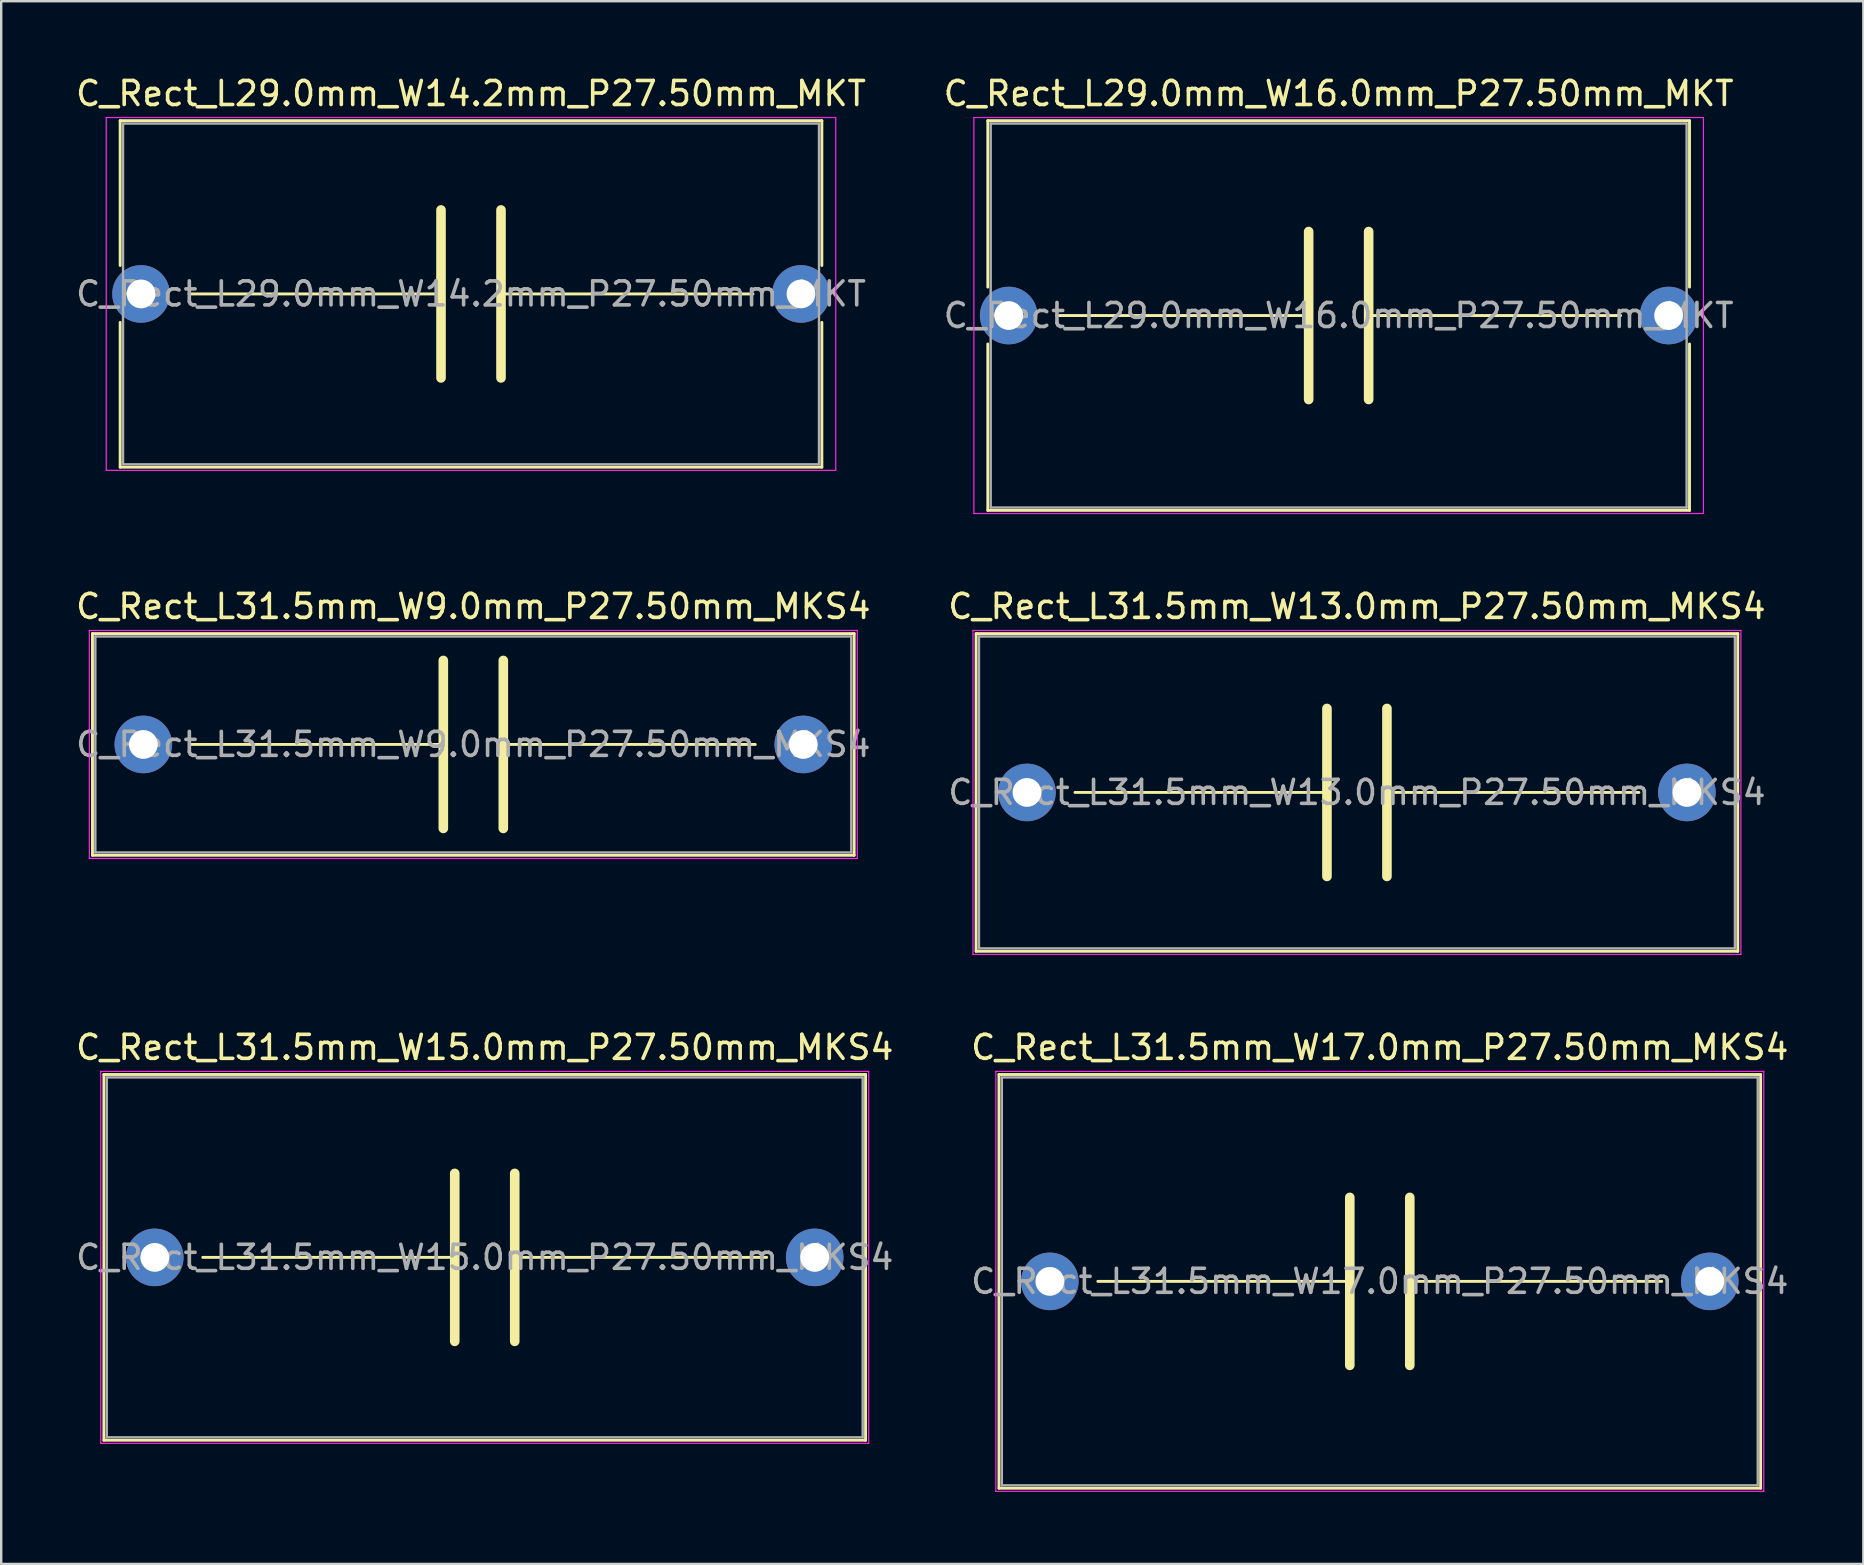
<source format=kicad_pcb>
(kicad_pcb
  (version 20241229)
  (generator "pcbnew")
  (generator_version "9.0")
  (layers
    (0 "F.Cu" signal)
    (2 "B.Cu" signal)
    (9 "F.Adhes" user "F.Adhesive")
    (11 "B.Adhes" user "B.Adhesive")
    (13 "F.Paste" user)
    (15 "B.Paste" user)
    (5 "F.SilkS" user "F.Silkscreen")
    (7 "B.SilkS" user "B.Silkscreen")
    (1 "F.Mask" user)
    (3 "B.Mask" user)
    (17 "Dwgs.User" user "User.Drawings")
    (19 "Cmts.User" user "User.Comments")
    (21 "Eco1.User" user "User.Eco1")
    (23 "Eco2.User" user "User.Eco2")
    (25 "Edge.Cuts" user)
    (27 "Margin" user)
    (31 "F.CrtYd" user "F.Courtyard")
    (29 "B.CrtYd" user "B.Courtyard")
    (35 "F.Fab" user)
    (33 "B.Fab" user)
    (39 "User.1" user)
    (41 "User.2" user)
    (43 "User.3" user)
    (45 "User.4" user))
  (footprint "C_Rect_L31.5mm_W17.0mm_P27.50mm_MKS4"
    (layer "F.Cu")
    (at 40.696 50.345)
    (property "Reference" "C_Rect_L31.5mm_W17.0mm_P27.50mm_MKS4" (at 13.75 -9.75 0) (layer "F.SilkS") (effects (font (size 1 1) (thickness 0.15))))
    (attr through_hole)
    (fp_line (start -2.12 -8.62) (end -2.12 8.62) (stroke (width 0.12) (type solid)) (layer "F.SilkS"))
    (fp_line (start -2.12 -8.62) (end 29.62 -8.62) (stroke (width 0.12) (type solid)) (layer "F.SilkS"))
    (fp_line (start -2.12 8.62) (end 29.62 8.62) (stroke (width 0.12) (type solid)) (layer "F.SilkS"))
    (fp_line (start 2 0) (end 12.5 0) (stroke (width 0.12) (type solid)) (layer "F.SilkS"))
    (fp_line (start 12.5 -3.5) (end 12.5 3.5) (stroke (width 0.4) (type solid)) (layer "F.SilkS"))
    (fp_line (start 15 -3.5) (end 15 3.5) (stroke (width 0.4) (type solid)) (layer "F.SilkS"))
    (fp_line (start 15 0) (end 25.5 0) (stroke (width 0.12) (type solid)) (layer "F.SilkS"))
    (fp_line (start 29.62 -8.62) (end 29.62 8.62) (stroke (width 0.12) (type solid)) (layer "F.SilkS"))
    (fp_line (start -2.25 -8.75) (end -2.25 8.75) (stroke (width 0.05) (type solid)) (layer "F.CrtYd"))
    (fp_line (start -2.25 8.75) (end 29.75 8.75) (stroke (width 0.05) (type solid)) (layer "F.CrtYd"))
    (fp_line (start 29.75 -8.75) (end -2.25 -8.75) (stroke (width 0.05) (type solid)) (layer "F.CrtYd"))
    (fp_line (start 29.75 8.75) (end 29.75 -8.75) (stroke (width 0.05) (type solid)) (layer "F.CrtYd"))
    (fp_line (start -2 -8.5) (end -2 8.5) (stroke (width 0.1) (type solid)) (layer "F.Fab"))
    (fp_line (start -2 8.5) (end 29.5 8.5) (stroke (width 0.1) (type solid)) (layer "F.Fab"))
    (fp_line (start 29.5 -8.5) (end -2 -8.5) (stroke (width 0.1) (type solid)) (layer "F.Fab"))
    (fp_line (start 29.5 8.5) (end 29.5 -8.5) (stroke (width 0.1) (type solid)) (layer "F.Fab"))
    (fp_text user "${REFERENCE}" (at 13.75 0 0) (layer "F.Fab") (effects (font (size 1 1) (thickness 0.15))))
    (pad "1" thru_hole circle (at 0 0) (size 2.4 2.4) (drill 1.2) (layers "*.Cu" "*.Mask"))
    (pad "2" thru_hole circle (at 27.5 0) (size 2.4 2.4) (drill 1.2) (layers "*.Cu" "*.Mask")))
  (footprint "C_Rect_L31.5mm_W13.0mm_P27.50mm_MKS4"
    (layer "F.Cu")
    (at 39.744 29.971)
    (property "Reference" "C_Rect_L31.5mm_W13.0mm_P27.50mm_MKS4" (at 13.75 -7.75 0) (layer "F.SilkS") (effects (font (size 1 1) (thickness 0.15))))
    (attr through_hole)
    (fp_line (start -2.12 -6.62) (end -2.12 6.62) (stroke (width 0.12) (type solid)) (layer "F.SilkS"))
    (fp_line (start -2.12 -6.62) (end 29.62 -6.62) (stroke (width 0.12) (type solid)) (layer "F.SilkS"))
    (fp_line (start -2.12 6.62) (end 29.62 6.62) (stroke (width 0.12) (type solid)) (layer "F.SilkS"))
    (fp_line (start 2 0) (end 12.5 0) (stroke (width 0.12) (type solid)) (layer "F.SilkS"))
    (fp_line (start 12.5 -3.5) (end 12.5 3.5) (stroke (width 0.4) (type solid)) (layer "F.SilkS"))
    (fp_line (start 15 -3.5) (end 15 3.5) (stroke (width 0.4) (type solid)) (layer "F.SilkS"))
    (fp_line (start 15 0) (end 25.5 0) (stroke (width 0.12) (type solid)) (layer "F.SilkS"))
    (fp_line (start 29.62 -6.62) (end 29.62 6.62) (stroke (width 0.12) (type solid)) (layer "F.SilkS"))
    (fp_line (start -2.25 -6.75) (end -2.25 6.75) (stroke (width 0.05) (type solid)) (layer "F.CrtYd"))
    (fp_line (start -2.25 6.75) (end 29.75 6.75) (stroke (width 0.05) (type solid)) (layer "F.CrtYd"))
    (fp_line (start 29.75 -6.75) (end -2.25 -6.75) (stroke (width 0.05) (type solid)) (layer "F.CrtYd"))
    (fp_line (start 29.75 6.75) (end 29.75 -6.75) (stroke (width 0.05) (type solid)) (layer "F.CrtYd"))
    (fp_line (start -2 -6.5) (end -2 6.5) (stroke (width 0.1) (type solid)) (layer "F.Fab"))
    (fp_line (start -2 6.5) (end 29.5 6.5) (stroke (width 0.1) (type solid)) (layer "F.Fab"))
    (fp_line (start 29.5 -6.5) (end -2 -6.5) (stroke (width 0.1) (type solid)) (layer "F.Fab"))
    (fp_line (start 29.5 6.5) (end 29.5 -6.5) (stroke (width 0.1) (type solid)) (layer "F.Fab"))
    (fp_text user "${REFERENCE}" (at 13.75 0 0) (layer "F.Fab") (effects (font (size 1 1) (thickness 0.15))))
    (pad "1" thru_hole circle (at 0 0) (size 2.4 2.4) (drill 1.2) (layers "*.Cu" "*.Mask"))
    (pad "2" thru_hole circle (at 27.5 0) (size 2.4 2.4) (drill 1.2) (layers "*.Cu" "*.Mask")))
  (footprint "C_Rect_L29.0mm_W16.0mm_P27.50mm_MKT"
    (layer "F.Cu")
    (at 38.982 10.098)
    (property "Reference" "C_Rect_L29.0mm_W16.0mm_P27.50mm_MKT" (at 13.75 -9.25 0) (layer "F.SilkS") (effects (font (size 1 1) (thickness 0.15))))
    (attr through_hole)
    (fp_line (start -0.87 -8.12) (end -0.87 -1.185) (stroke (width 0.12) (type solid)) (layer "F.SilkS"))
    (fp_line (start -0.87 -8.12) (end 28.37 -8.12) (stroke (width 0.12) (type solid)) (layer "F.SilkS"))
    (fp_line (start -0.87 1.185) (end -0.87 8.12) (stroke (width 0.12) (type solid)) (layer "F.SilkS"))
    (fp_line (start -0.87 8.12) (end 28.37 8.12) (stroke (width 0.12) (type solid)) (layer "F.SilkS"))
    (fp_line (start 2 0) (end 12.5 0) (stroke (width 0.12) (type solid)) (layer "F.SilkS"))
    (fp_line (start 12.5 -3.5) (end 12.5 3.5) (stroke (width 0.4) (type solid)) (layer "F.SilkS"))
    (fp_line (start 15 -3.5) (end 15 3.5) (stroke (width 0.4) (type solid)) (layer "F.SilkS"))
    (fp_line (start 15 0) (end 25.5 0) (stroke (width 0.12) (type solid)) (layer "F.SilkS"))
    (fp_line (start 28.37 -8.12) (end 28.37 -1.185) (stroke (width 0.12) (type solid)) (layer "F.SilkS"))
    (fp_line (start 28.37 1.185) (end 28.37 8.12) (stroke (width 0.12) (type solid)) (layer "F.SilkS"))
    (fp_line (start -1.45 -8.25) (end -1.45 8.25) (stroke (width 0.05) (type solid)) (layer "F.CrtYd"))
    (fp_line (start -1.45 8.25) (end 28.95 8.25) (stroke (width 0.05) (type solid)) (layer "F.CrtYd"))
    (fp_line (start 28.95 -8.25) (end -1.45 -8.25) (stroke (width 0.05) (type solid)) (layer "F.CrtYd"))
    (fp_line (start 28.95 8.25) (end 28.95 -8.25) (stroke (width 0.05) (type solid)) (layer "F.CrtYd"))
    (fp_line (start -0.75 -8) (end -0.75 8) (stroke (width 0.1) (type solid)) (layer "F.Fab"))
    (fp_line (start -0.75 8) (end 28.25 8) (stroke (width 0.1) (type solid)) (layer "F.Fab"))
    (fp_line (start 28.25 -8) (end -0.75 -8) (stroke (width 0.1) (type solid)) (layer "F.Fab"))
    (fp_line (start 28.25 8) (end 28.25 -8) (stroke (width 0.1) (type solid)) (layer "F.Fab"))
    (fp_text user "${REFERENCE}" (at 13.75 0 0) (layer "F.Fab") (effects (font (size 1 1) (thickness 0.15))))
    (pad "1" thru_hole circle (at 0 0) (size 2.4 2.4) (drill 1.2) (layers "*.Cu" "*.Mask"))
    (pad "2" thru_hole circle (at 27.5 0) (size 2.4 2.4) (drill 1.2) (layers "*.Cu" "*.Mask")))
  (footprint "C_Rect_L31.5mm_W15.0mm_P27.50mm_MKS4"
    (layer "F.Cu")
    (at 3.399 49.345)
    (property "Reference" "C_Rect_L31.5mm_W15.0mm_P27.50mm_MKS4" (at 13.75 -8.75 0) (layer "F.SilkS") (effects (font (size 1 1) (thickness 0.15))))
    (attr through_hole)
    (fp_line (start -2.12 -7.62) (end -2.12 7.62) (stroke (width 0.12) (type solid)) (layer "F.SilkS"))
    (fp_line (start -2.12 -7.62) (end 29.62 -7.62) (stroke (width 0.12) (type solid)) (layer "F.SilkS"))
    (fp_line (start -2.12 7.62) (end 29.62 7.62) (stroke (width 0.12) (type solid)) (layer "F.SilkS"))
    (fp_line (start 2 0) (end 12.5 0) (stroke (width 0.12) (type solid)) (layer "F.SilkS"))
    (fp_line (start 12.5 -3.5) (end 12.5 3.5) (stroke (width 0.4) (type solid)) (layer "F.SilkS"))
    (fp_line (start 15 -3.5) (end 15 3.5) (stroke (width 0.4) (type solid)) (layer "F.SilkS"))
    (fp_line (start 15 0) (end 25.5 0) (stroke (width 0.12) (type solid)) (layer "F.SilkS"))
    (fp_line (start 29.62 -7.62) (end 29.62 7.62) (stroke (width 0.12) (type solid)) (layer "F.SilkS"))
    (fp_line (start -2.25 -7.75) (end -2.25 7.75) (stroke (width 0.05) (type solid)) (layer "F.CrtYd"))
    (fp_line (start -2.25 7.75) (end 29.75 7.75) (stroke (width 0.05) (type solid)) (layer "F.CrtYd"))
    (fp_line (start 29.75 -7.75) (end -2.25 -7.75) (stroke (width 0.05) (type solid)) (layer "F.CrtYd"))
    (fp_line (start 29.75 7.75) (end 29.75 -7.75) (stroke (width 0.05) (type solid)) (layer "F.CrtYd"))
    (fp_line (start -2 -7.5) (end -2 7.5) (stroke (width 0.1) (type solid)) (layer "F.Fab"))
    (fp_line (start -2 7.5) (end 29.5 7.5) (stroke (width 0.1) (type solid)) (layer "F.Fab"))
    (fp_line (start 29.5 -7.5) (end -2 -7.5) (stroke (width 0.1) (type solid)) (layer "F.Fab"))
    (fp_line (start 29.5 7.5) (end 29.5 -7.5) (stroke (width 0.1) (type solid)) (layer "F.Fab"))
    (fp_text user "${REFERENCE}" (at 13.75 0 0) (layer "F.Fab") (effects (font (size 1 1) (thickness 0.15))))
    (pad "1" thru_hole circle (at 0 0) (size 2.4 2.4) (drill 1.2) (layers "*.Cu" "*.Mask"))
    (pad "2" thru_hole circle (at 27.5 0) (size 2.4 2.4) (drill 1.2) (layers "*.Cu" "*.Mask")))
  (footprint "C_Rect_L29.0mm_W14.2mm_P27.50mm_MKT"
    (layer "F.Cu")
    (at 2.827 9.198)
    (property "Reference" "C_Rect_L29.0mm_W14.2mm_P27.50mm_MKT" (at 13.75 -8.35 0) (layer "F.SilkS") (effects (font (size 1 1) (thickness 0.15))))
    (attr through_hole)
    (fp_line (start -0.87 -7.22) (end -0.87 -1.185) (stroke (width 0.12) (type solid)) (layer "F.SilkS"))
    (fp_line (start -0.87 -7.22) (end 28.37 -7.22) (stroke (width 0.12) (type solid)) (layer "F.SilkS"))
    (fp_line (start -0.87 1.185) (end -0.87 7.22) (stroke (width 0.12) (type solid)) (layer "F.SilkS"))
    (fp_line (start -0.87 7.22) (end 28.37 7.22) (stroke (width 0.12) (type solid)) (layer "F.SilkS"))
    (fp_line (start 2 0) (end 12.5 0) (stroke (width 0.12) (type solid)) (layer "F.SilkS"))
    (fp_line (start 12.5 -3.5) (end 12.5 3.5) (stroke (width 0.4) (type solid)) (layer "F.SilkS"))
    (fp_line (start 15 -3.5) (end 15 3.5) (stroke (width 0.4) (type solid)) (layer "F.SilkS"))
    (fp_line (start 15 0) (end 25.5 0) (stroke (width 0.12) (type solid)) (layer "F.SilkS"))
    (fp_line (start 28.37 -7.22) (end 28.37 -1.185) (stroke (width 0.12) (type solid)) (layer "F.SilkS"))
    (fp_line (start 28.37 1.185) (end 28.37 7.22) (stroke (width 0.12) (type solid)) (layer "F.SilkS"))
    (fp_line (start -1.45 -7.35) (end -1.45 7.35) (stroke (width 0.05) (type solid)) (layer "F.CrtYd"))
    (fp_line (start -1.45 7.35) (end 28.95 7.35) (stroke (width 0.05) (type solid)) (layer "F.CrtYd"))
    (fp_line (start 28.95 -7.35) (end -1.45 -7.35) (stroke (width 0.05) (type solid)) (layer "F.CrtYd"))
    (fp_line (start 28.95 7.35) (end 28.95 -7.35) (stroke (width 0.05) (type solid)) (layer "F.CrtYd"))
    (fp_line (start -0.75 -7.1) (end -0.75 7.1) (stroke (width 0.1) (type solid)) (layer "F.Fab"))
    (fp_line (start -0.75 7.1) (end 28.25 7.1) (stroke (width 0.1) (type solid)) (layer "F.Fab"))
    (fp_line (start 28.25 -7.1) (end -0.75 -7.1) (stroke (width 0.1) (type solid)) (layer "F.Fab"))
    (fp_line (start 28.25 7.1) (end 28.25 -7.1) (stroke (width 0.1) (type solid)) (layer "F.Fab"))
    (fp_text user "${REFERENCE}" (at 13.75 0 0) (layer "F.Fab") (effects (font (size 1 1) (thickness 0.15))))
    (pad "1" thru_hole circle (at 0 0) (size 2.4 2.4) (drill 1.2) (layers "*.Cu" "*.Mask"))
    (pad "2" thru_hole circle (at 27.5 0) (size 2.4 2.4) (drill 1.2) (layers "*.Cu" "*.Mask")))
  (footprint "C_Rect_L31.5mm_W9.0mm_P27.50mm_MKS4"
    (layer "F.Cu")
    (at 2.923 27.971)
    (property "Reference" "C_Rect_L31.5mm_W9.0mm_P27.50mm_MKS4" (at 13.75 -5.75 0) (layer "F.SilkS") (effects (font (size 1 1) (thickness 0.15))))
    (attr through_hole)
    (fp_line (start -2.12 -4.62) (end -2.12 4.62) (stroke (width 0.12) (type solid)) (layer "F.SilkS"))
    (fp_line (start -2.12 -4.62) (end 29.62 -4.62) (stroke (width 0.12) (type solid)) (layer "F.SilkS"))
    (fp_line (start -2.12 4.62) (end 29.62 4.62) (stroke (width 0.12) (type solid)) (layer "F.SilkS"))
    (fp_line (start 2 0) (end 12.5 0) (stroke (width 0.12) (type solid)) (layer "F.SilkS"))
    (fp_line (start 12.5 -3.5) (end 12.5 3.5) (stroke (width 0.4) (type solid)) (layer "F.SilkS"))
    (fp_line (start 15 -3.5) (end 15 3.5) (stroke (width 0.4) (type solid)) (layer "F.SilkS"))
    (fp_line (start 15 0) (end 25.5 0) (stroke (width 0.12) (type solid)) (layer "F.SilkS"))
    (fp_line (start 29.62 -4.62) (end 29.62 4.62) (stroke (width 0.12) (type solid)) (layer "F.SilkS"))
    (fp_line (start -2.25 -4.75) (end -2.25 4.75) (stroke (width 0.05) (type solid)) (layer "F.CrtYd"))
    (fp_line (start -2.25 4.75) (end 29.75 4.75) (stroke (width 0.05) (type solid)) (layer "F.CrtYd"))
    (fp_line (start 29.75 -4.75) (end -2.25 -4.75) (stroke (width 0.05) (type solid)) (layer "F.CrtYd"))
    (fp_line (start 29.75 4.75) (end 29.75 -4.75) (stroke (width 0.05) (type solid)) (layer "F.CrtYd"))
    (fp_line (start -2 -4.5) (end -2 4.5) (stroke (width 0.1) (type solid)) (layer "F.Fab"))
    (fp_line (start -2 4.5) (end 29.5 4.5) (stroke (width 0.1) (type solid)) (layer "F.Fab"))
    (fp_line (start 29.5 -4.5) (end -2 -4.5) (stroke (width 0.1) (type solid)) (layer "F.Fab"))
    (fp_line (start 29.5 4.5) (end 29.5 -4.5) (stroke (width 0.1) (type solid)) (layer "F.Fab"))
    (fp_text user "${REFERENCE}" (at 13.75 0 0) (layer "F.Fab") (effects (font (size 1 1) (thickness 0.15))))
    (pad "1" thru_hole circle (at 0 0) (size 2.4 2.4) (drill 1.2) (layers "*.Cu" "*.Mask"))
    (pad "2" thru_hole circle (at 27.5 0) (size 2.4 2.4) (drill 1.2) (layers "*.Cu" "*.Mask")))
  (gr_rect
    (start -3 -3)
    (end 74.595 62.12)
    (stroke (width 0.1) (type default))
    (fill no)
    (layer "Edge.Cuts")))
</source>
